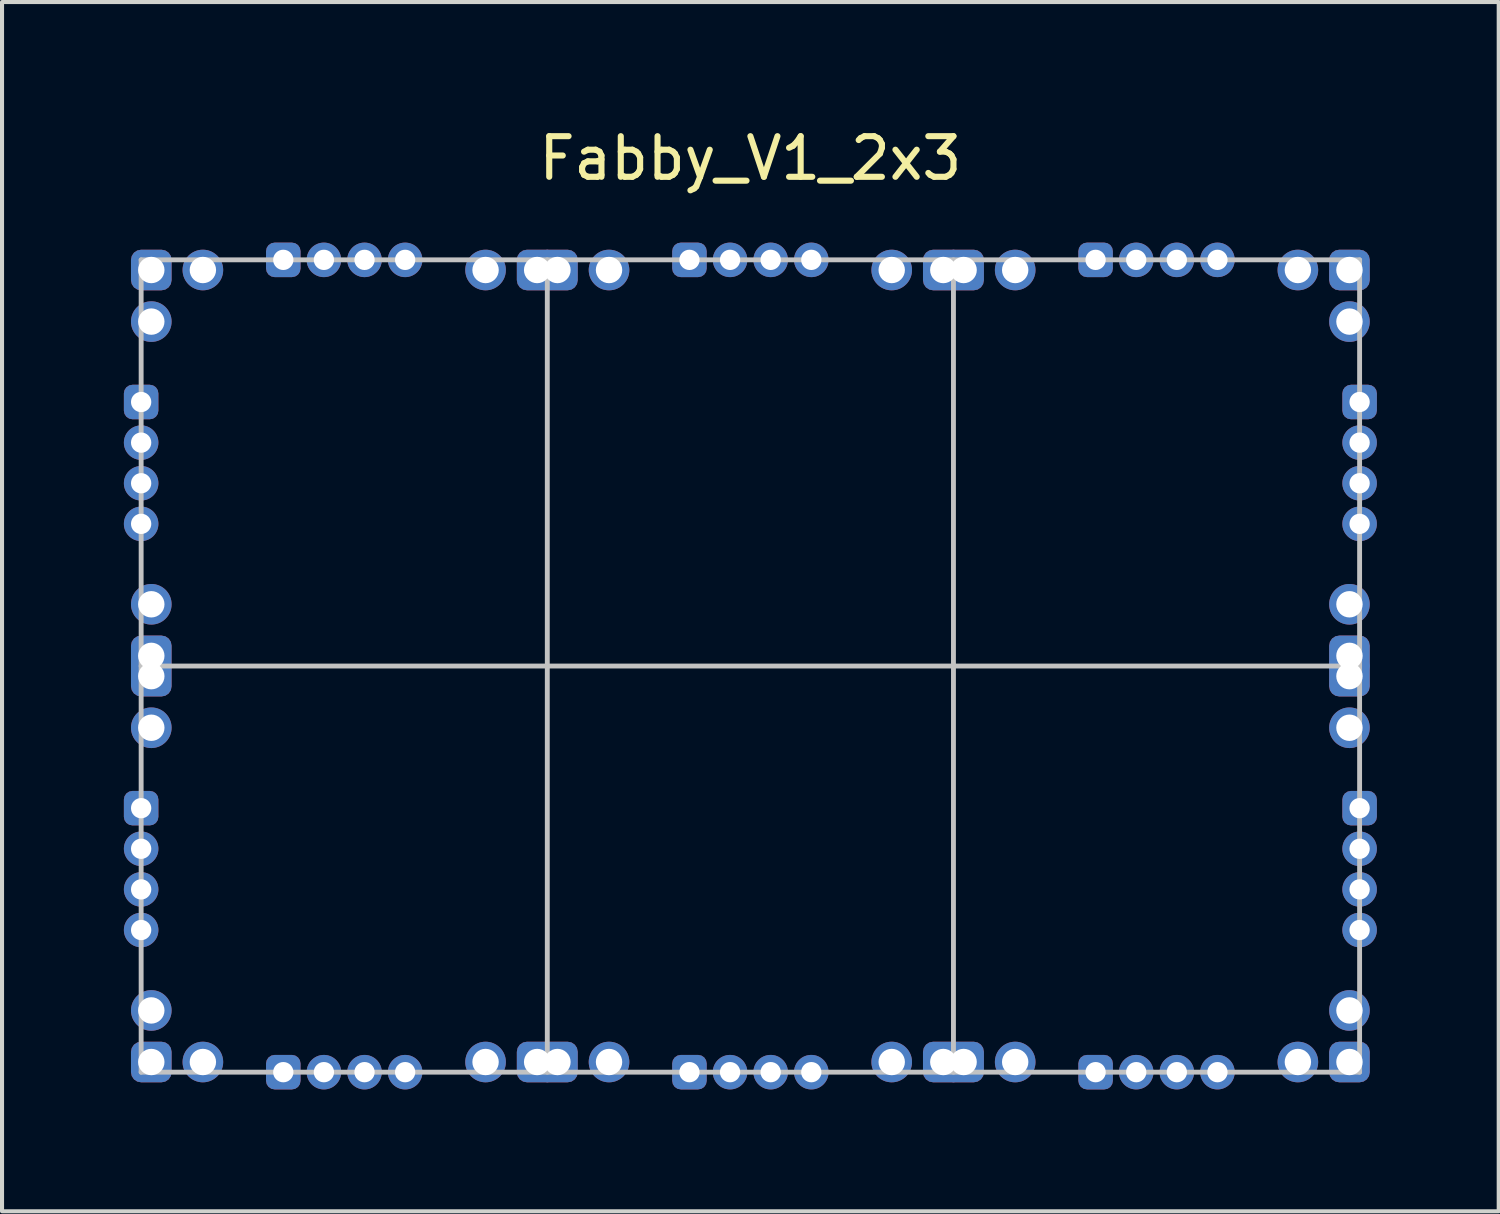
<source format=kicad_pcb>
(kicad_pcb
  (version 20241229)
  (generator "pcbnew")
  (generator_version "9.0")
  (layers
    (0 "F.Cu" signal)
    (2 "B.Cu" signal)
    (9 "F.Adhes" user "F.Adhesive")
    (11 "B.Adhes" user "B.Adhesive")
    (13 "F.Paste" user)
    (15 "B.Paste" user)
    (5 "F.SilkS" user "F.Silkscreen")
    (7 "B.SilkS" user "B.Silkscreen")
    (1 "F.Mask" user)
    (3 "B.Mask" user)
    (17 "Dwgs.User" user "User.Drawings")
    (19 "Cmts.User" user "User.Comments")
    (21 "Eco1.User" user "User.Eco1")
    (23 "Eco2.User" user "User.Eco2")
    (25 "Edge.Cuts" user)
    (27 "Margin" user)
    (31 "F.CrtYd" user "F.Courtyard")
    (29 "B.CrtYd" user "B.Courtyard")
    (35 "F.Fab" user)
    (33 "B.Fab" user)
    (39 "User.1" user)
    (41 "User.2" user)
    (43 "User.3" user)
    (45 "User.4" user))
  (footprint "Fabby_V1_2x3"
    (layer "F.Cu")
    (at 15.425 13.348)
    (property "Reference" "Fabby_V1_2x3" (at 0 -12.5 0) (layer "F.SilkS") (effects (font (size 1 1) (thickness 0.15))))
    (attr through_hole)
    (fp_line (start -15 -10) (end 15 -10) (stroke (width 0.12) (type solid)) (layer "Dwgs.User"))
    (fp_line (start -15 0) (end 15 0) (stroke (width 0.12) (type solid)) (layer "Dwgs.User"))
    (fp_line (start -15 10) (end -15 -10) (stroke (width 0.12) (type solid)) (layer "Dwgs.User"))
    (fp_line (start -5 10) (end -5 -10) (stroke (width 0.12) (type solid)) (layer "Dwgs.User"))
    (fp_line (start 5 -10) (end 5 10) (stroke (width 0.12) (type solid)) (layer "Dwgs.User"))
    (fp_line (start 15 -10) (end 15 10) (stroke (width 0.12) (type solid)) (layer "Dwgs.User"))
    (fp_line (start 15 10) (end -15 10) (stroke (width 0.12) (type solid)) (layer "Dwgs.User"))
    (pad "GND" thru_hole roundrect (at -14.75 -9.75) (size 1 1) (drill 0.65) (layers "*.Cu" "*.Mask") (roundrect_rratio 0.25))
    (pad "GND" thru_hole roundrect (at -14.75 -0.25 90) (size 1 1) (drill 0.65) (layers "*.Cu" "*.Mask") (roundrect_rratio 0.25))
    (pad "GND" thru_hole roundrect (at -14.75 0.25) (size 1 1) (drill 0.65) (layers "*.Cu" "*.Mask") (roundrect_rratio 0.25))
    (pad "GND" thru_hole roundrect (at -14.75 9.75 90) (size 1 1) (drill 0.65) (layers "*.Cu" "*.Mask") (roundrect_rratio 0.25))
    (pad "GND" thru_hole roundrect (at -5.25 -9.75 270) (size 1 1) (drill 0.65) (layers "*.Cu" "*.Mask") (roundrect_rratio 0.25))
    (pad "GND" thru_hole roundrect (at -5.25 9.75 270) (size 1 1) (drill 0.65) (layers "*.Cu" "*.Mask") (roundrect_rratio 0.25))
    (pad "GND" thru_hole roundrect (at -4.75 -9.75) (size 1 1) (drill 0.65) (layers "*.Cu" "*.Mask") (roundrect_rratio 0.25))
    (pad "GND" thru_hole roundrect (at -4.75 9.75) (size 1 1) (drill 0.65) (layers "*.Cu" "*.Mask") (roundrect_rratio 0.25))
    (pad "GND" thru_hole roundrect (at 4.75 -9.75 270) (size 1 1) (drill 0.65) (layers "*.Cu" "*.Mask") (roundrect_rratio 0.25))
    (pad "GND" thru_hole roundrect (at 4.75 9.75 270) (size 1 1) (drill 0.65) (layers "*.Cu" "*.Mask") (roundrect_rratio 0.25))
    (pad "GND" thru_hole roundrect (at 5.25 -9.75) (size 1 1) (drill 0.65) (layers "*.Cu" "*.Mask") (roundrect_rratio 0.25))
    (pad "GND" thru_hole roundrect (at 5.25 9.75) (size 1 1) (drill 0.65) (layers "*.Cu" "*.Mask") (roundrect_rratio 0.25))
    (pad "GND" thru_hole roundrect (at 14.75 -9.75 270) (size 1 1) (drill 0.65) (layers "*.Cu" "*.Mask") (roundrect_rratio 0.25))
    (pad "GND" thru_hole roundrect (at 14.75 -0.25 90) (size 1 1) (drill 0.65) (layers "*.Cu" "*.Mask") (roundrect_rratio 0.25))
    (pad "GND" thru_hole roundrect (at 14.75 0.25) (size 1 1) (drill 0.65) (layers "*.Cu" "*.Mask") (roundrect_rratio 0.25))
    (pad "GND" thru_hole roundrect (at 14.75 9.75 180) (size 1 1) (drill 0.65) (layers "*.Cu" "*.Mask") (roundrect_rratio 0.25))
    (pad "H1" thru_hole roundrect (at -15 -6.5) (size 0.85 0.85) (drill 0.5) (layers "*.Cu" "*.Mask") (roundrect_rratio 0.25))
    (pad "H1" thru_hole roundrect (at 15 -6.5) (size 0.85 0.85) (drill 0.5) (layers "*.Cu" "*.Mask") (roundrect_rratio 0.25))
    (pad "H2" thru_hole circle (at -15 -5.5) (size 0.85 0.85) (drill 0.5) (layers "*.Cu" "*.Mask"))
    (pad "H2" thru_hole circle (at 15 -5.5) (size 0.85 0.85) (drill 0.5) (layers "*.Cu" "*.Mask"))
    (pad "H3" thru_hole circle (at -15 -4.5) (size 0.85 0.85) (drill 0.5) (layers "*.Cu" "*.Mask"))
    (pad "H3" thru_hole circle (at 15 -4.5) (size 0.85 0.85) (drill 0.5) (layers "*.Cu" "*.Mask"))
    (pad "H4" thru_hole circle (at -15 -3.5) (size 0.85 0.85) (drill 0.5) (layers "*.Cu" "*.Mask"))
    (pad "H4" thru_hole circle (at 15 -3.5) (size 0.85 0.85) (drill 0.5) (layers "*.Cu" "*.Mask"))
    (pad "H5" thru_hole roundrect (at -15 3.5) (size 0.85 0.85) (drill 0.5) (layers "*.Cu" "*.Mask") (roundrect_rratio 0.25))
    (pad "H5" thru_hole roundrect (at 15 3.5) (size 0.85 0.85) (drill 0.5) (layers "*.Cu" "*.Mask") (roundrect_rratio 0.25))
    (pad "H6" thru_hole circle (at -15 4.5) (size 0.85 0.85) (drill 0.5) (layers "*.Cu" "*.Mask"))
    (pad "H6" thru_hole circle (at 15 4.5) (size 0.85 0.85) (drill 0.5) (layers "*.Cu" "*.Mask"))
    (pad "H7" thru_hole circle (at -15 5.5) (size 0.85 0.85) (drill 0.5) (layers "*.Cu" "*.Mask"))
    (pad "H7" thru_hole circle (at 15 5.5) (size 0.85 0.85) (drill 0.5) (layers "*.Cu" "*.Mask"))
    (pad "H8" thru_hole circle (at -15 6.5) (size 0.85 0.85) (drill 0.5) (layers "*.Cu" "*.Mask"))
    (pad "H8" thru_hole circle (at 15 6.5) (size 0.85 0.85) (drill 0.5) (layers "*.Cu" "*.Mask"))
    (pad "V1" thru_hole roundrect (at -11.5 -10 90) (size 0.85 0.85) (drill 0.5) (layers "*.Cu" "*.Mask") (roundrect_rratio 0.25))
    (pad "V1" thru_hole roundrect (at -11.5 10 90) (size 0.85 0.85) (drill 0.5) (layers "*.Cu" "*.Mask") (roundrect_rratio 0.25))
    (pad "V2" thru_hole circle (at -10.5 -10 90) (size 0.85 0.85) (drill 0.5) (layers "*.Cu" "*.Mask"))
    (pad "V2" thru_hole circle (at -10.5 10 90) (size 0.85 0.85) (drill 0.5) (layers "*.Cu" "*.Mask"))
    (pad "V3" thru_hole circle (at -9.5 -10 90) (size 0.85 0.85) (drill 0.5) (layers "*.Cu" "*.Mask"))
    (pad "V3" thru_hole circle (at -9.5 10 90) (size 0.85 0.85) (drill 0.5) (layers "*.Cu" "*.Mask"))
    (pad "V4" thru_hole circle (at -8.5 -10 90) (size 0.85 0.85) (drill 0.5) (layers "*.Cu" "*.Mask"))
    (pad "V4" thru_hole circle (at -8.5 10 90) (size 0.85 0.85) (drill 0.5) (layers "*.Cu" "*.Mask"))
    (pad "V5" thru_hole roundrect (at -1.5 -10 90) (size 0.85 0.85) (drill 0.5) (layers "*.Cu" "*.Mask") (roundrect_rratio 0.25))
    (pad "V5" thru_hole roundrect (at -1.5 10 90) (size 0.85 0.85) (drill 0.5) (layers "*.Cu" "*.Mask") (roundrect_rratio 0.25))
    (pad "V6" thru_hole circle (at -0.5 -10 90) (size 0.85 0.85) (drill 0.5) (layers "*.Cu" "*.Mask"))
    (pad "V6" thru_hole circle (at -0.5 10 90) (size 0.85 0.85) (drill 0.5) (layers "*.Cu" "*.Mask"))
    (pad "V7" thru_hole circle (at 0.5 -10 90) (size 0.85 0.85) (drill 0.5) (layers "*.Cu" "*.Mask"))
    (pad "V7" thru_hole circle (at 0.5 10 90) (size 0.85 0.85) (drill 0.5) (layers "*.Cu" "*.Mask"))
    (pad "V8" thru_hole circle (at 1.5 -10 90) (size 0.85 0.85) (drill 0.5) (layers "*.Cu" "*.Mask"))
    (pad "V8" thru_hole circle (at 1.5 10 90) (size 0.85 0.85) (drill 0.5) (layers "*.Cu" "*.Mask"))
    (pad "V9" thru_hole roundrect (at 8.5 -10 90) (size 0.85 0.85) (drill 0.5) (layers "*.Cu" "*.Mask") (roundrect_rratio 0.25))
    (pad "V9" thru_hole roundrect (at 8.5 10 90) (size 0.85 0.85) (drill 0.5) (layers "*.Cu" "*.Mask") (roundrect_rratio 0.25))
    (pad "V10" thru_hole circle (at 9.5 -10 90) (size 0.85 0.85) (drill 0.5) (layers "*.Cu" "*.Mask"))
    (pad "V10" thru_hole circle (at 9.5 10 90) (size 0.85 0.85) (drill 0.5) (layers "*.Cu" "*.Mask"))
    (pad "V11" thru_hole circle (at 10.5 -10 90) (size 0.85 0.85) (drill 0.5) (layers "*.Cu" "*.Mask"))
    (pad "V11" thru_hole circle (at 10.5 10 90) (size 0.85 0.85) (drill 0.5) (layers "*.Cu" "*.Mask"))
    (pad "V12" thru_hole circle (at 11.5 -10 90) (size 0.85 0.85) (drill 0.5) (layers "*.Cu" "*.Mask"))
    (pad "V12" thru_hole circle (at 11.5 10 90) (size 0.85 0.85) (drill 0.5) (layers "*.Cu" "*.Mask"))
    (pad "VCC_B1" thru_hole circle (at -13.48 9.75 90) (size 1 1) (drill 0.65) (layers "*.Cu" "*.Mask"))
    (pad "VCC_B1" thru_hole circle (at -6.52 9.75 270) (size 1 1) (drill 0.65) (layers "*.Cu" "*.Mask"))
    (pad "VCC_B2" thru_hole circle (at -3.48 9.75) (size 1 1) (drill 0.65) (layers "*.Cu" "*.Mask"))
    (pad "VCC_B2" thru_hole circle (at 3.48 9.75 270) (size 1 1) (drill 0.65) (layers "*.Cu" "*.Mask"))
    (pad "VCC_B3" thru_hole circle (at 6.52 9.75) (size 1 1) (drill 0.65) (layers "*.Cu" "*.Mask"))
    (pad "VCC_B3" thru_hole circle (at 13.48 9.75 180) (size 1 1) (drill 0.65) (layers "*.Cu" "*.Mask"))
    (pad "VCC_L1" thru_hole circle (at -14.75 -8.48) (size 1 1) (drill 0.65) (layers "*.Cu" "*.Mask"))
    (pad "VCC_L1" thru_hole circle (at -14.75 -1.52 90) (size 1 1) (drill 0.65) (layers "*.Cu" "*.Mask"))
    (pad "VCC_L2" thru_hole circle (at -14.75 1.52) (size 1 1) (drill 0.65) (layers "*.Cu" "*.Mask"))
    (pad "VCC_L2" thru_hole circle (at -14.75 8.48 90) (size 1 1) (drill 0.65) (layers "*.Cu" "*.Mask"))
    (pad "VCC_R1" thru_hole circle (at 14.75 -8.48 270) (size 1 1) (drill 0.65) (layers "*.Cu" "*.Mask"))
    (pad "VCC_R1" thru_hole circle (at 14.75 -1.52 90) (size 1 1) (drill 0.65) (layers "*.Cu" "*.Mask"))
    (pad "VCC_R2" thru_hole circle (at 14.75 1.52) (size 1 1) (drill 0.65) (layers "*.Cu" "*.Mask"))
    (pad "VCC_R2" thru_hole circle (at 14.75 8.48 180) (size 1 1) (drill 0.65) (layers "*.Cu" "*.Mask"))
    (pad "VCC_T1" thru_hole circle (at -13.48 -9.75) (size 1 1) (drill 0.65) (layers "*.Cu" "*.Mask"))
    (pad "VCC_T1" thru_hole circle (at -6.52 -9.75 270) (size 1 1) (drill 0.65) (layers "*.Cu" "*.Mask"))
    (pad "VCC_T2" thru_hole circle (at -3.48 -9.75) (size 1 1) (drill 0.65) (layers "*.Cu" "*.Mask"))
    (pad "VCC_T2" thru_hole circle (at 3.48 -9.75 270) (size 1 1) (drill 0.65) (layers "*.Cu" "*.Mask"))
    (pad "VCC_T3" thru_hole circle (at 6.52 -9.75) (size 1 1) (drill 0.65) (layers "*.Cu" "*.Mask"))
    (pad "VCC_T3" thru_hole circle (at 13.48 -9.75 270) (size 1 1) (drill 0.65) (layers "*.Cu" "*.Mask")))
  (gr_rect
    (start -3 -3)
    (end 33.85 26.773)
    (stroke (width 0.1) (type default))
    (fill no)
    (layer "Edge.Cuts")))
</source>
